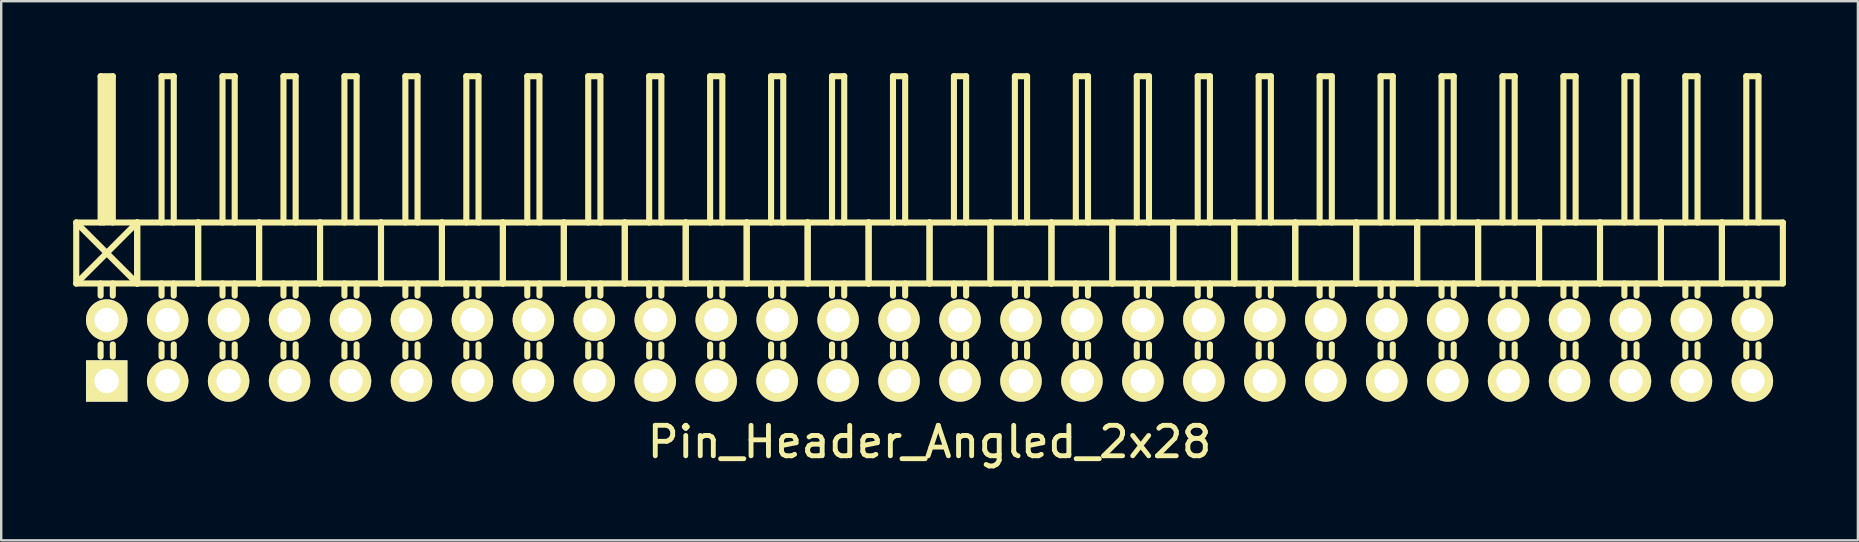
<source format=kicad_pcb>
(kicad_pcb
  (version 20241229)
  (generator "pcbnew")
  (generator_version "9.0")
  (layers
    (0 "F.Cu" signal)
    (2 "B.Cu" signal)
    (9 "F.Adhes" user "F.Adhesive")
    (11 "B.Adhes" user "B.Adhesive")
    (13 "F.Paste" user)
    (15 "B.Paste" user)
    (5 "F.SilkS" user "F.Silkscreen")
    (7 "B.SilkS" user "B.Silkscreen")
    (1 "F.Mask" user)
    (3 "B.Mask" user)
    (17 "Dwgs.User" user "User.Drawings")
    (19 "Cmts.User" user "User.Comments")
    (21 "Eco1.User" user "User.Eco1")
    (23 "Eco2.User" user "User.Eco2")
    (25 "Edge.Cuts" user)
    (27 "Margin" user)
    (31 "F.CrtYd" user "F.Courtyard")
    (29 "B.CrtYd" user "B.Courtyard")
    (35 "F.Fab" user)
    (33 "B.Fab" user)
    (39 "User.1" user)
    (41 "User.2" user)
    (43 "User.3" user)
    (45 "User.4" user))
  (footprint "Pin_Header_Angled_2x28"
    (layer "F.Cu")
    (at 35.687 11.557)
    (property "Reference" "Pin_Header_Angled_2x28" (at 0 3.81 0) (layer "F.SilkS") (effects (font (size 1.27 1.27) (thickness 0.203))))
    (attr through_hole)
    (fp_line (start -35.56 -5.334) (end -33.02 -2.794) (stroke (width 0.254) (type solid)) (layer "F.SilkS"))
    (fp_line (start -35.56 -2.794) (end -35.56 -5.334) (stroke (width 0.254) (type solid)) (layer "F.SilkS"))
    (fp_line (start -35.56 -2.794) (end -33.02 -5.334) (stroke (width 0.254) (type solid)) (layer "F.SilkS"))
    (fp_line (start -35.56 -2.794) (end -33.02 -2.794) (stroke (width 0.254) (type solid)) (layer "F.SilkS"))
    (fp_line (start -34.544 -11.43) (end -34.036 -11.43) (stroke (width 0.254) (type solid)) (layer "F.SilkS"))
    (fp_line (start -34.544 -5.334) (end -34.544 -11.43) (stroke (width 0.254) (type solid)) (layer "F.SilkS"))
    (fp_line (start -34.544 -2.794) (end -34.544 -2.286) (stroke (width 0.254) (type solid)) (layer "F.SilkS"))
    (fp_line (start -34.544 -0.254) (end -34.544 0.254) (stroke (width 0.254) (type solid)) (layer "F.SilkS"))
    (fp_line (start -34.417 -11.303) (end -34.163 -11.303) (stroke (width 0.254) (type solid)) (layer "F.SilkS"))
    (fp_line (start -34.417 -5.334) (end -34.417 -11.303) (stroke (width 0.254) (type solid)) (layer "F.SilkS"))
    (fp_line (start -34.29 -5.461) (end -34.29 -11.303) (stroke (width 0.254) (type solid)) (layer "F.SilkS"))
    (fp_line (start -34.163 -11.303) (end -34.163 -5.461) (stroke (width 0.254) (type solid)) (layer "F.SilkS"))
    (fp_line (start -34.163 -5.461) (end -34.29 -5.461) (stroke (width 0.254) (type solid)) (layer "F.SilkS"))
    (fp_line (start -34.036 -11.43) (end -34.036 -5.334) (stroke (width 0.254) (type solid)) (layer "F.SilkS"))
    (fp_line (start -34.036 -2.794) (end -34.036 -2.286) (stroke (width 0.254) (type solid)) (layer "F.SilkS"))
    (fp_line (start -34.036 -0.254) (end -34.036 0.254) (stroke (width 0.254) (type solid)) (layer "F.SilkS"))
    (fp_line (start -33.02 -5.334) (end -35.56 -5.334) (stroke (width 0.254) (type solid)) (layer "F.SilkS"))
    (fp_line (start -33.02 -2.794) (end -33.02 -5.334) (stroke (width 0.254) (type solid)) (layer "F.SilkS"))
    (fp_line (start -33.02 -2.794) (end -33.02 -5.334) (stroke (width 0.254) (type solid)) (layer "F.SilkS"))
    (fp_line (start -33.02 -2.794) (end -30.48 -2.794) (stroke (width 0.254) (type solid)) (layer "F.SilkS"))
    (fp_line (start -32.004 -11.43) (end -31.496 -11.43) (stroke (width 0.254) (type solid)) (layer "F.SilkS"))
    (fp_line (start -32.004 -5.334) (end -32.004 -11.43) (stroke (width 0.254) (type solid)) (layer "F.SilkS"))
    (fp_line (start -32.004 -2.794) (end -32.004 -2.286) (stroke (width 0.254) (type solid)) (layer "F.SilkS"))
    (fp_line (start -32.004 -0.254) (end -32.004 0.254) (stroke (width 0.254) (type solid)) (layer "F.SilkS"))
    (fp_line (start -31.496 -11.43) (end -31.496 -5.334) (stroke (width 0.254) (type solid)) (layer "F.SilkS"))
    (fp_line (start -31.496 -2.794) (end -31.496 -2.286) (stroke (width 0.254) (type solid)) (layer "F.SilkS"))
    (fp_line (start -31.496 -0.254) (end -31.496 0.254) (stroke (width 0.254) (type solid)) (layer "F.SilkS"))
    (fp_line (start -30.48 -5.334) (end -33.02 -5.334) (stroke (width 0.254) (type solid)) (layer "F.SilkS"))
    (fp_line (start -30.48 -2.794) (end -30.48 -5.334) (stroke (width 0.254) (type solid)) (layer "F.SilkS"))
    (fp_line (start -30.48 -2.794) (end -30.48 -5.334) (stroke (width 0.254) (type solid)) (layer "F.SilkS"))
    (fp_line (start -30.48 -2.794) (end -27.94 -2.794) (stroke (width 0.254) (type solid)) (layer "F.SilkS"))
    (fp_line (start -29.464 -11.43) (end -28.956 -11.43) (stroke (width 0.254) (type solid)) (layer "F.SilkS"))
    (fp_line (start -29.464 -5.334) (end -29.464 -11.43) (stroke (width 0.254) (type solid)) (layer "F.SilkS"))
    (fp_line (start -29.464 -2.794) (end -29.464 -2.286) (stroke (width 0.254) (type solid)) (layer "F.SilkS"))
    (fp_line (start -29.464 -0.254) (end -29.464 0.254) (stroke (width 0.254) (type solid)) (layer "F.SilkS"))
    (fp_line (start -28.956 -11.43) (end -28.956 -5.334) (stroke (width 0.254) (type solid)) (layer "F.SilkS"))
    (fp_line (start -28.956 -2.794) (end -28.956 -2.286) (stroke (width 0.254) (type solid)) (layer "F.SilkS"))
    (fp_line (start -28.956 -0.254) (end -28.956 0.254) (stroke (width 0.254) (type solid)) (layer "F.SilkS"))
    (fp_line (start -27.94 -5.334) (end -30.48 -5.334) (stroke (width 0.254) (type solid)) (layer "F.SilkS"))
    (fp_line (start -27.94 -2.794) (end -27.94 -5.334) (stroke (width 0.254) (type solid)) (layer "F.SilkS"))
    (fp_line (start -27.94 -2.794) (end -27.94 -5.334) (stroke (width 0.254) (type solid)) (layer "F.SilkS"))
    (fp_line (start -27.94 -2.794) (end -25.4 -2.794) (stroke (width 0.254) (type solid)) (layer "F.SilkS"))
    (fp_line (start -26.924 -11.43) (end -26.416 -11.43) (stroke (width 0.254) (type solid)) (layer "F.SilkS"))
    (fp_line (start -26.924 -5.334) (end -26.924 -11.43) (stroke (width 0.254) (type solid)) (layer "F.SilkS"))
    (fp_line (start -26.924 -2.794) (end -26.924 -2.286) (stroke (width 0.254) (type solid)) (layer "F.SilkS"))
    (fp_line (start -26.924 -0.254) (end -26.924 0.254) (stroke (width 0.254) (type solid)) (layer "F.SilkS"))
    (fp_line (start -26.416 -11.43) (end -26.416 -5.334) (stroke (width 0.254) (type solid)) (layer "F.SilkS"))
    (fp_line (start -26.416 -2.794) (end -26.416 -2.286) (stroke (width 0.254) (type solid)) (layer "F.SilkS"))
    (fp_line (start -26.416 -0.254) (end -26.416 0.254) (stroke (width 0.254) (type solid)) (layer "F.SilkS"))
    (fp_line (start -25.4 -5.334) (end -27.94 -5.334) (stroke (width 0.254) (type solid)) (layer "F.SilkS"))
    (fp_line (start -25.4 -2.794) (end -25.4 -5.334) (stroke (width 0.254) (type solid)) (layer "F.SilkS"))
    (fp_line (start -25.4 -2.794) (end -25.4 -5.334) (stroke (width 0.254) (type solid)) (layer "F.SilkS"))
    (fp_line (start -25.4 -2.794) (end -22.86 -2.794) (stroke (width 0.254) (type solid)) (layer "F.SilkS"))
    (fp_line (start -24.384 -11.43) (end -23.876 -11.43) (stroke (width 0.254) (type solid)) (layer "F.SilkS"))
    (fp_line (start -24.384 -5.334) (end -24.384 -11.43) (stroke (width 0.254) (type solid)) (layer "F.SilkS"))
    (fp_line (start -24.384 -2.794) (end -24.384 -2.286) (stroke (width 0.254) (type solid)) (layer "F.SilkS"))
    (fp_line (start -24.384 -0.254) (end -24.384 0.254) (stroke (width 0.254) (type solid)) (layer "F.SilkS"))
    (fp_line (start -23.876 -11.43) (end -23.876 -5.334) (stroke (width 0.254) (type solid)) (layer "F.SilkS"))
    (fp_line (start -23.876 -2.794) (end -23.876 -2.286) (stroke (width 0.254) (type solid)) (layer "F.SilkS"))
    (fp_line (start -23.876 -0.254) (end -23.876 0.254) (stroke (width 0.254) (type solid)) (layer "F.SilkS"))
    (fp_line (start -22.86 -5.334) (end -25.4 -5.334) (stroke (width 0.254) (type solid)) (layer "F.SilkS"))
    (fp_line (start -22.86 -2.794) (end -22.86 -5.334) (stroke (width 0.254) (type solid)) (layer "F.SilkS"))
    (fp_line (start -22.86 -2.794) (end -22.86 -5.334) (stroke (width 0.254) (type solid)) (layer "F.SilkS"))
    (fp_line (start -22.86 -2.794) (end -20.32 -2.794) (stroke (width 0.254) (type solid)) (layer "F.SilkS"))
    (fp_line (start -21.844 -11.43) (end -21.336 -11.43) (stroke (width 0.254) (type solid)) (layer "F.SilkS"))
    (fp_line (start -21.844 -5.334) (end -21.844 -11.43) (stroke (width 0.254) (type solid)) (layer "F.SilkS"))
    (fp_line (start -21.844 -2.794) (end -21.844 -2.286) (stroke (width 0.254) (type solid)) (layer "F.SilkS"))
    (fp_line (start -21.844 -0.254) (end -21.844 0.254) (stroke (width 0.254) (type solid)) (layer "F.SilkS"))
    (fp_line (start -21.336 -11.43) (end -21.336 -5.334) (stroke (width 0.254) (type solid)) (layer "F.SilkS"))
    (fp_line (start -21.336 -2.794) (end -21.336 -2.286) (stroke (width 0.254) (type solid)) (layer "F.SilkS"))
    (fp_line (start -21.336 -0.254) (end -21.336 0.254) (stroke (width 0.254) (type solid)) (layer "F.SilkS"))
    (fp_line (start -20.32 -5.334) (end -22.86 -5.334) (stroke (width 0.254) (type solid)) (layer "F.SilkS"))
    (fp_line (start -20.32 -2.794) (end -20.32 -5.334) (stroke (width 0.254) (type solid)) (layer "F.SilkS"))
    (fp_line (start -20.32 -2.794) (end -20.32 -5.334) (stroke (width 0.254) (type solid)) (layer "F.SilkS"))
    (fp_line (start -20.32 -2.794) (end -17.78 -2.794) (stroke (width 0.254) (type solid)) (layer "F.SilkS"))
    (fp_line (start -19.304 -11.43) (end -18.796 -11.43) (stroke (width 0.254) (type solid)) (layer "F.SilkS"))
    (fp_line (start -19.304 -5.334) (end -19.304 -11.43) (stroke (width 0.254) (type solid)) (layer "F.SilkS"))
    (fp_line (start -19.304 -2.794) (end -19.304 -2.286) (stroke (width 0.254) (type solid)) (layer "F.SilkS"))
    (fp_line (start -19.304 -0.254) (end -19.304 0.254) (stroke (width 0.254) (type solid)) (layer "F.SilkS"))
    (fp_line (start -18.796 -11.43) (end -18.796 -5.334) (stroke (width 0.254) (type solid)) (layer "F.SilkS"))
    (fp_line (start -18.796 -2.794) (end -18.796 -2.286) (stroke (width 0.254) (type solid)) (layer "F.SilkS"))
    (fp_line (start -18.796 -0.254) (end -18.796 0.254) (stroke (width 0.254) (type solid)) (layer "F.SilkS"))
    (fp_line (start -17.78 -5.334) (end -20.32 -5.334) (stroke (width 0.254) (type solid)) (layer "F.SilkS"))
    (fp_line (start -17.78 -2.794) (end -17.78 -5.334) (stroke (width 0.254) (type solid)) (layer "F.SilkS"))
    (fp_line (start -17.78 -2.794) (end -17.78 -5.334) (stroke (width 0.254) (type solid)) (layer "F.SilkS"))
    (fp_line (start -17.78 -2.794) (end -15.24 -2.794) (stroke (width 0.254) (type solid)) (layer "F.SilkS"))
    (fp_line (start -16.764 -11.43) (end -16.256 -11.43) (stroke (width 0.254) (type solid)) (layer "F.SilkS"))
    (fp_line (start -16.764 -5.334) (end -16.764 -11.43) (stroke (width 0.254) (type solid)) (layer "F.SilkS"))
    (fp_line (start -16.764 -2.794) (end -16.764 -2.286) (stroke (width 0.254) (type solid)) (layer "F.SilkS"))
    (fp_line (start -16.764 -0.254) (end -16.764 0.254) (stroke (width 0.254) (type solid)) (layer "F.SilkS"))
    (fp_line (start -16.256 -11.43) (end -16.256 -5.334) (stroke (width 0.254) (type solid)) (layer "F.SilkS"))
    (fp_line (start -16.256 -2.794) (end -16.256 -2.286) (stroke (width 0.254) (type solid)) (layer "F.SilkS"))
    (fp_line (start -16.256 -0.254) (end -16.256 0.254) (stroke (width 0.254) (type solid)) (layer "F.SilkS"))
    (fp_line (start -15.24 -5.334) (end -17.78 -5.334) (stroke (width 0.254) (type solid)) (layer "F.SilkS"))
    (fp_line (start -15.24 -2.794) (end -15.24 -5.334) (stroke (width 0.254) (type solid)) (layer "F.SilkS"))
    (fp_line (start -15.24 -2.794) (end -15.24 -5.334) (stroke (width 0.254) (type solid)) (layer "F.SilkS"))
    (fp_line (start -15.24 -2.794) (end -12.7 -2.794) (stroke (width 0.254) (type solid)) (layer "F.SilkS"))
    (fp_line (start -14.224 -11.43) (end -13.716 -11.43) (stroke (width 0.254) (type solid)) (layer "F.SilkS"))
    (fp_line (start -14.224 -5.334) (end -14.224 -11.43) (stroke (width 0.254) (type solid)) (layer "F.SilkS"))
    (fp_line (start -14.224 -2.794) (end -14.224 -2.286) (stroke (width 0.254) (type solid)) (layer "F.SilkS"))
    (fp_line (start -14.224 -0.254) (end -14.224 0.254) (stroke (width 0.254) (type solid)) (layer "F.SilkS"))
    (fp_line (start -13.716 -11.43) (end -13.716 -5.334) (stroke (width 0.254) (type solid)) (layer "F.SilkS"))
    (fp_line (start -13.716 -2.794) (end -13.716 -2.286) (stroke (width 0.254) (type solid)) (layer "F.SilkS"))
    (fp_line (start -13.716 -0.254) (end -13.716 0.254) (stroke (width 0.254) (type solid)) (layer "F.SilkS"))
    (fp_line (start -12.7 -5.334) (end -15.24 -5.334) (stroke (width 0.254) (type solid)) (layer "F.SilkS"))
    (fp_line (start -12.7 -2.794) (end -12.7 -5.334) (stroke (width 0.254) (type solid)) (layer "F.SilkS"))
    (fp_line (start -12.7 -2.794) (end -12.7 -5.334) (stroke (width 0.254) (type solid)) (layer "F.SilkS"))
    (fp_line (start -12.7 -2.794) (end -10.16 -2.794) (stroke (width 0.254) (type solid)) (layer "F.SilkS"))
    (fp_line (start -11.684 -11.43) (end -11.176 -11.43) (stroke (width 0.254) (type solid)) (layer "F.SilkS"))
    (fp_line (start -11.684 -5.334) (end -11.684 -11.43) (stroke (width 0.254) (type solid)) (layer "F.SilkS"))
    (fp_line (start -11.684 -2.794) (end -11.684 -2.286) (stroke (width 0.254) (type solid)) (layer "F.SilkS"))
    (fp_line (start -11.684 -0.254) (end -11.684 0.254) (stroke (width 0.254) (type solid)) (layer "F.SilkS"))
    (fp_line (start -11.176 -11.43) (end -11.176 -5.334) (stroke (width 0.254) (type solid)) (layer "F.SilkS"))
    (fp_line (start -11.176 -2.794) (end -11.176 -2.286) (stroke (width 0.254) (type solid)) (layer "F.SilkS"))
    (fp_line (start -11.176 -0.254) (end -11.176 0.254) (stroke (width 0.254) (type solid)) (layer "F.SilkS"))
    (fp_line (start -10.16 -5.334) (end -12.7 -5.334) (stroke (width 0.254) (type solid)) (layer "F.SilkS"))
    (fp_line (start -10.16 -2.794) (end -10.16 -5.334) (stroke (width 0.254) (type solid)) (layer "F.SilkS"))
    (fp_line (start -10.16 -2.794) (end -10.16 -5.334) (stroke (width 0.254) (type solid)) (layer "F.SilkS"))
    (fp_line (start -10.16 -2.794) (end -7.62 -2.794) (stroke (width 0.254) (type solid)) (layer "F.SilkS"))
    (fp_line (start -9.144 -11.43) (end -8.636 -11.43) (stroke (width 0.254) (type solid)) (layer "F.SilkS"))
    (fp_line (start -9.144 -5.334) (end -9.144 -11.43) (stroke (width 0.254) (type solid)) (layer "F.SilkS"))
    (fp_line (start -9.144 -2.794) (end -9.144 -2.286) (stroke (width 0.254) (type solid)) (layer "F.SilkS"))
    (fp_line (start -9.144 -0.254) (end -9.144 0.254) (stroke (width 0.254) (type solid)) (layer "F.SilkS"))
    (fp_line (start -8.636 -11.43) (end -8.636 -5.334) (stroke (width 0.254) (type solid)) (layer "F.SilkS"))
    (fp_line (start -8.636 -2.794) (end -8.636 -2.286) (stroke (width 0.254) (type solid)) (layer "F.SilkS"))
    (fp_line (start -8.636 -0.254) (end -8.636 0.254) (stroke (width 0.254) (type solid)) (layer "F.SilkS"))
    (fp_line (start -7.62 -5.334) (end -10.16 -5.334) (stroke (width 0.254) (type solid)) (layer "F.SilkS"))
    (fp_line (start -7.62 -2.794) (end -7.62 -5.334) (stroke (width 0.254) (type solid)) (layer "F.SilkS"))
    (fp_line (start -7.62 -2.794) (end -7.62 -5.334) (stroke (width 0.254) (type solid)) (layer "F.SilkS"))
    (fp_line (start -7.62 -2.794) (end -5.08 -2.794) (stroke (width 0.254) (type solid)) (layer "F.SilkS"))
    (fp_line (start -6.604 -11.43) (end -6.096 -11.43) (stroke (width 0.254) (type solid)) (layer "F.SilkS"))
    (fp_line (start -6.604 -5.334) (end -6.604 -11.43) (stroke (width 0.254) (type solid)) (layer "F.SilkS"))
    (fp_line (start -6.604 -2.794) (end -6.604 -2.286) (stroke (width 0.254) (type solid)) (layer "F.SilkS"))
    (fp_line (start -6.604 -0.254) (end -6.604 0.254) (stroke (width 0.254) (type solid)) (layer "F.SilkS"))
    (fp_line (start -6.096 -11.43) (end -6.096 -5.334) (stroke (width 0.254) (type solid)) (layer "F.SilkS"))
    (fp_line (start -6.096 -2.794) (end -6.096 -2.286) (stroke (width 0.254) (type solid)) (layer "F.SilkS"))
    (fp_line (start -6.096 -0.254) (end -6.096 0.254) (stroke (width 0.254) (type solid)) (layer "F.SilkS"))
    (fp_line (start -5.08 -5.334) (end -7.62 -5.334) (stroke (width 0.254) (type solid)) (layer "F.SilkS"))
    (fp_line (start -5.08 -2.794) (end -5.08 -5.334) (stroke (width 0.254) (type solid)) (layer "F.SilkS"))
    (fp_line (start -5.08 -2.794) (end -5.08 -5.334) (stroke (width 0.254) (type solid)) (layer "F.SilkS"))
    (fp_line (start -5.08 -2.794) (end -2.54 -2.794) (stroke (width 0.254) (type solid)) (layer "F.SilkS"))
    (fp_line (start -4.064 -11.43) (end -3.556 -11.43) (stroke (width 0.254) (type solid)) (layer "F.SilkS"))
    (fp_line (start -4.064 -5.334) (end -4.064 -11.43) (stroke (width 0.254) (type solid)) (layer "F.SilkS"))
    (fp_line (start -4.064 -2.794) (end -4.064 -2.286) (stroke (width 0.254) (type solid)) (layer "F.SilkS"))
    (fp_line (start -4.064 -0.254) (end -4.064 0.254) (stroke (width 0.254) (type solid)) (layer "F.SilkS"))
    (fp_line (start -3.556 -11.43) (end -3.556 -5.334) (stroke (width 0.254) (type solid)) (layer "F.SilkS"))
    (fp_line (start -3.556 -2.794) (end -3.556 -2.286) (stroke (width 0.254) (type solid)) (layer "F.SilkS"))
    (fp_line (start -3.556 -0.254) (end -3.556 0.254) (stroke (width 0.254) (type solid)) (layer "F.SilkS"))
    (fp_line (start -2.54 -5.334) (end -5.08 -5.334) (stroke (width 0.254) (type solid)) (layer "F.SilkS"))
    (fp_line (start -2.54 -2.794) (end -2.54 -5.334) (stroke (width 0.254) (type solid)) (layer "F.SilkS"))
    (fp_line (start -2.54 -2.794) (end -2.54 -5.334) (stroke (width 0.254) (type solid)) (layer "F.SilkS"))
    (fp_line (start -2.54 -2.794) (end 0 -2.794) (stroke (width 0.254) (type solid)) (layer "F.SilkS"))
    (fp_line (start -1.524 -11.43) (end -1.016 -11.43) (stroke (width 0.254) (type solid)) (layer "F.SilkS"))
    (fp_line (start -1.524 -5.334) (end -1.524 -11.43) (stroke (width 0.254) (type solid)) (layer "F.SilkS"))
    (fp_line (start -1.524 -2.794) (end -1.524 -2.286) (stroke (width 0.254) (type solid)) (layer "F.SilkS"))
    (fp_line (start -1.524 -0.254) (end -1.524 0.254) (stroke (width 0.254) (type solid)) (layer "F.SilkS"))
    (fp_line (start -1.016 -11.43) (end -1.016 -5.334) (stroke (width 0.254) (type solid)) (layer "F.SilkS"))
    (fp_line (start -1.016 -2.794) (end -1.016 -2.286) (stroke (width 0.254) (type solid)) (layer "F.SilkS"))
    (fp_line (start -1.016 -0.254) (end -1.016 0.254) (stroke (width 0.254) (type solid)) (layer "F.SilkS"))
    (fp_line (start 0 -5.334) (end -2.54 -5.334) (stroke (width 0.254) (type solid)) (layer "F.SilkS"))
    (fp_line (start 0 -2.794) (end 0 -5.334) (stroke (width 0.254) (type solid)) (layer "F.SilkS"))
    (fp_line (start 0 -2.794) (end 0 -5.334) (stroke (width 0.254) (type solid)) (layer "F.SilkS"))
    (fp_line (start 0 -2.794) (end 2.54 -2.794) (stroke (width 0.254) (type solid)) (layer "F.SilkS"))
    (fp_line (start 1.016 -11.43) (end 1.524 -11.43) (stroke (width 0.254) (type solid)) (layer "F.SilkS"))
    (fp_line (start 1.016 -5.334) (end 1.016 -11.43) (stroke (width 0.254) (type solid)) (layer "F.SilkS"))
    (fp_line (start 1.016 -2.794) (end 1.016 -2.286) (stroke (width 0.254) (type solid)) (layer "F.SilkS"))
    (fp_line (start 1.016 -0.254) (end 1.016 0.254) (stroke (width 0.254) (type solid)) (layer "F.SilkS"))
    (fp_line (start 1.524 -11.43) (end 1.524 -5.334) (stroke (width 0.254) (type solid)) (layer "F.SilkS"))
    (fp_line (start 1.524 -2.794) (end 1.524 -2.286) (stroke (width 0.254) (type solid)) (layer "F.SilkS"))
    (fp_line (start 1.524 -0.254) (end 1.524 0.254) (stroke (width 0.254) (type solid)) (layer "F.SilkS"))
    (fp_line (start 2.54 -5.334) (end 0 -5.334) (stroke (width 0.254) (type solid)) (layer "F.SilkS"))
    (fp_line (start 2.54 -2.794) (end 2.54 -5.334) (stroke (width 0.254) (type solid)) (layer "F.SilkS"))
    (fp_line (start 2.54 -2.794) (end 2.54 -5.334) (stroke (width 0.254) (type solid)) (layer "F.SilkS"))
    (fp_line (start 2.54 -2.794) (end 5.08 -2.794) (stroke (width 0.254) (type solid)) (layer "F.SilkS"))
    (fp_line (start 3.556 -11.43) (end 4.064 -11.43) (stroke (width 0.254) (type solid)) (layer "F.SilkS"))
    (fp_line (start 3.556 -5.334) (end 3.556 -11.43) (stroke (width 0.254) (type solid)) (layer "F.SilkS"))
    (fp_line (start 3.556 -2.794) (end 3.556 -2.286) (stroke (width 0.254) (type solid)) (layer "F.SilkS"))
    (fp_line (start 3.556 -0.254) (end 3.556 0.254) (stroke (width 0.254) (type solid)) (layer "F.SilkS"))
    (fp_line (start 4.064 -11.43) (end 4.064 -5.334) (stroke (width 0.254) (type solid)) (layer "F.SilkS"))
    (fp_line (start 4.064 -2.794) (end 4.064 -2.286) (stroke (width 0.254) (type solid)) (layer "F.SilkS"))
    (fp_line (start 4.064 -0.254) (end 4.064 0.254) (stroke (width 0.254) (type solid)) (layer "F.SilkS"))
    (fp_line (start 5.08 -5.334) (end 2.54 -5.334) (stroke (width 0.254) (type solid)) (layer "F.SilkS"))
    (fp_line (start 5.08 -2.794) (end 5.08 -5.334) (stroke (width 0.254) (type solid)) (layer "F.SilkS"))
    (fp_line (start 5.08 -2.794) (end 5.08 -5.334) (stroke (width 0.254) (type solid)) (layer "F.SilkS"))
    (fp_line (start 5.08 -2.794) (end 7.62 -2.794) (stroke (width 0.254) (type solid)) (layer "F.SilkS"))
    (fp_line (start 6.096 -11.43) (end 6.604 -11.43) (stroke (width 0.254) (type solid)) (layer "F.SilkS"))
    (fp_line (start 6.096 -5.334) (end 6.096 -11.43) (stroke (width 0.254) (type solid)) (layer "F.SilkS"))
    (fp_line (start 6.096 -2.794) (end 6.096 -2.286) (stroke (width 0.254) (type solid)) (layer "F.SilkS"))
    (fp_line (start 6.096 -0.254) (end 6.096 0.254) (stroke (width 0.254) (type solid)) (layer "F.SilkS"))
    (fp_line (start 6.604 -11.43) (end 6.604 -5.334) (stroke (width 0.254) (type solid)) (layer "F.SilkS"))
    (fp_line (start 6.604 -2.794) (end 6.604 -2.286) (stroke (width 0.254) (type solid)) (layer "F.SilkS"))
    (fp_line (start 6.604 -0.254) (end 6.604 0.254) (stroke (width 0.254) (type solid)) (layer "F.SilkS"))
    (fp_line (start 7.62 -5.334) (end 5.08 -5.334) (stroke (width 0.254) (type solid)) (layer "F.SilkS"))
    (fp_line (start 7.62 -2.794) (end 7.62 -5.334) (stroke (width 0.254) (type solid)) (layer "F.SilkS"))
    (fp_line (start 7.62 -2.794) (end 7.62 -5.334) (stroke (width 0.254) (type solid)) (layer "F.SilkS"))
    (fp_line (start 7.62 -2.794) (end 10.16 -2.794) (stroke (width 0.254) (type solid)) (layer "F.SilkS"))
    (fp_line (start 8.636 -11.43) (end 9.144 -11.43) (stroke (width 0.254) (type solid)) (layer "F.SilkS"))
    (fp_line (start 8.636 -5.334) (end 8.636 -11.43) (stroke (width 0.254) (type solid)) (layer "F.SilkS"))
    (fp_line (start 8.636 -2.794) (end 8.636 -2.286) (stroke (width 0.254) (type solid)) (layer "F.SilkS"))
    (fp_line (start 8.636 -0.254) (end 8.636 0.254) (stroke (width 0.254) (type solid)) (layer "F.SilkS"))
    (fp_line (start 9.144 -11.43) (end 9.144 -5.334) (stroke (width 0.254) (type solid)) (layer "F.SilkS"))
    (fp_line (start 9.144 -2.794) (end 9.144 -2.286) (stroke (width 0.254) (type solid)) (layer "F.SilkS"))
    (fp_line (start 9.144 -0.254) (end 9.144 0.254) (stroke (width 0.254) (type solid)) (layer "F.SilkS"))
    (fp_line (start 10.16 -5.334) (end 7.62 -5.334) (stroke (width 0.254) (type solid)) (layer "F.SilkS"))
    (fp_line (start 10.16 -2.794) (end 10.16 -5.334) (stroke (width 0.254) (type solid)) (layer "F.SilkS"))
    (fp_line (start 10.16 -2.794) (end 10.16 -5.334) (stroke (width 0.254) (type solid)) (layer "F.SilkS"))
    (fp_line (start 10.16 -2.794) (end 12.7 -2.794) (stroke (width 0.254) (type solid)) (layer "F.SilkS"))
    (fp_line (start 11.176 -11.43) (end 11.684 -11.43) (stroke (width 0.254) (type solid)) (layer "F.SilkS"))
    (fp_line (start 11.176 -5.334) (end 11.176 -11.43) (stroke (width 0.254) (type solid)) (layer "F.SilkS"))
    (fp_line (start 11.176 -2.794) (end 11.176 -2.286) (stroke (width 0.254) (type solid)) (layer "F.SilkS"))
    (fp_line (start 11.176 -0.254) (end 11.176 0.254) (stroke (width 0.254) (type solid)) (layer "F.SilkS"))
    (fp_line (start 11.684 -11.43) (end 11.684 -5.334) (stroke (width 0.254) (type solid)) (layer "F.SilkS"))
    (fp_line (start 11.684 -2.794) (end 11.684 -2.286) (stroke (width 0.254) (type solid)) (layer "F.SilkS"))
    (fp_line (start 11.684 -0.254) (end 11.684 0.254) (stroke (width 0.254) (type solid)) (layer "F.SilkS"))
    (fp_line (start 12.7 -5.334) (end 10.16 -5.334) (stroke (width 0.254) (type solid)) (layer "F.SilkS"))
    (fp_line (start 12.7 -2.794) (end 12.7 -5.334) (stroke (width 0.254) (type solid)) (layer "F.SilkS"))
    (fp_line (start 12.7 -2.794) (end 12.7 -5.334) (stroke (width 0.254) (type solid)) (layer "F.SilkS"))
    (fp_line (start 12.7 -2.794) (end 15.24 -2.794) (stroke (width 0.254) (type solid)) (layer "F.SilkS"))
    (fp_line (start 13.716 -11.43) (end 14.224 -11.43) (stroke (width 0.254) (type solid)) (layer "F.SilkS"))
    (fp_line (start 13.716 -5.334) (end 13.716 -11.43) (stroke (width 0.254) (type solid)) (layer "F.SilkS"))
    (fp_line (start 13.716 -2.794) (end 13.716 -2.286) (stroke (width 0.254) (type solid)) (layer "F.SilkS"))
    (fp_line (start 13.716 -0.254) (end 13.716 0.254) (stroke (width 0.254) (type solid)) (layer "F.SilkS"))
    (fp_line (start 14.224 -11.43) (end 14.224 -5.334) (stroke (width 0.254) (type solid)) (layer "F.SilkS"))
    (fp_line (start 14.224 -2.794) (end 14.224 -2.286) (stroke (width 0.254) (type solid)) (layer "F.SilkS"))
    (fp_line (start 14.224 -0.254) (end 14.224 0.254) (stroke (width 0.254) (type solid)) (layer "F.SilkS"))
    (fp_line (start 15.24 -5.334) (end 12.7 -5.334) (stroke (width 0.254) (type solid)) (layer "F.SilkS"))
    (fp_line (start 15.24 -2.794) (end 15.24 -5.334) (stroke (width 0.254) (type solid)) (layer "F.SilkS"))
    (fp_line (start 15.24 -2.794) (end 15.24 -5.334) (stroke (width 0.254) (type solid)) (layer "F.SilkS"))
    (fp_line (start 15.24 -2.794) (end 17.78 -2.794) (stroke (width 0.254) (type solid)) (layer "F.SilkS"))
    (fp_line (start 16.256 -11.43) (end 16.764 -11.43) (stroke (width 0.254) (type solid)) (layer "F.SilkS"))
    (fp_line (start 16.256 -5.334) (end 16.256 -11.43) (stroke (width 0.254) (type solid)) (layer "F.SilkS"))
    (fp_line (start 16.256 -2.794) (end 16.256 -2.286) (stroke (width 0.254) (type solid)) (layer "F.SilkS"))
    (fp_line (start 16.256 -0.254) (end 16.256 0.254) (stroke (width 0.254) (type solid)) (layer "F.SilkS"))
    (fp_line (start 16.764 -11.43) (end 16.764 -5.334) (stroke (width 0.254) (type solid)) (layer "F.SilkS"))
    (fp_line (start 16.764 -2.794) (end 16.764 -2.286) (stroke (width 0.254) (type solid)) (layer "F.SilkS"))
    (fp_line (start 16.764 -0.254) (end 16.764 0.254) (stroke (width 0.254) (type solid)) (layer "F.SilkS"))
    (fp_line (start 17.78 -5.334) (end 15.24 -5.334) (stroke (width 0.254) (type solid)) (layer "F.SilkS"))
    (fp_line (start 17.78 -2.794) (end 17.78 -5.334) (stroke (width 0.254) (type solid)) (layer "F.SilkS"))
    (fp_line (start 17.78 -2.794) (end 17.78 -5.334) (stroke (width 0.254) (type solid)) (layer "F.SilkS"))
    (fp_line (start 17.78 -2.794) (end 20.32 -2.794) (stroke (width 0.254) (type solid)) (layer "F.SilkS"))
    (fp_line (start 18.796 -11.43) (end 19.304 -11.43) (stroke (width 0.254) (type solid)) (layer "F.SilkS"))
    (fp_line (start 18.796 -5.334) (end 18.796 -11.43) (stroke (width 0.254) (type solid)) (layer "F.SilkS"))
    (fp_line (start 18.796 -2.794) (end 18.796 -2.286) (stroke (width 0.254) (type solid)) (layer "F.SilkS"))
    (fp_line (start 18.796 -0.254) (end 18.796 0.254) (stroke (width 0.254) (type solid)) (layer "F.SilkS"))
    (fp_line (start 19.304 -11.43) (end 19.304 -5.334) (stroke (width 0.254) (type solid)) (layer "F.SilkS"))
    (fp_line (start 19.304 -2.794) (end 19.304 -2.286) (stroke (width 0.254) (type solid)) (layer "F.SilkS"))
    (fp_line (start 19.304 -0.254) (end 19.304 0.254) (stroke (width 0.254) (type solid)) (layer "F.SilkS"))
    (fp_line (start 20.32 -5.334) (end 17.78 -5.334) (stroke (width 0.254) (type solid)) (layer "F.SilkS"))
    (fp_line (start 20.32 -2.794) (end 20.32 -5.334) (stroke (width 0.254) (type solid)) (layer "F.SilkS"))
    (fp_line (start 20.32 -2.794) (end 20.32 -5.334) (stroke (width 0.254) (type solid)) (layer "F.SilkS"))
    (fp_line (start 20.32 -2.794) (end 22.86 -2.794) (stroke (width 0.254) (type solid)) (layer "F.SilkS"))
    (fp_line (start 21.336 -11.43) (end 21.844 -11.43) (stroke (width 0.254) (type solid)) (layer "F.SilkS"))
    (fp_line (start 21.336 -5.334) (end 21.336 -11.43) (stroke (width 0.254) (type solid)) (layer "F.SilkS"))
    (fp_line (start 21.336 -2.794) (end 21.336 -2.286) (stroke (width 0.254) (type solid)) (layer "F.SilkS"))
    (fp_line (start 21.336 -0.254) (end 21.336 0.254) (stroke (width 0.254) (type solid)) (layer "F.SilkS"))
    (fp_line (start 21.844 -11.43) (end 21.844 -5.334) (stroke (width 0.254) (type solid)) (layer "F.SilkS"))
    (fp_line (start 21.844 -2.794) (end 21.844 -2.286) (stroke (width 0.254) (type solid)) (layer "F.SilkS"))
    (fp_line (start 21.844 -0.254) (end 21.844 0.254) (stroke (width 0.254) (type solid)) (layer "F.SilkS"))
    (fp_line (start 22.86 -5.334) (end 20.32 -5.334) (stroke (width 0.254) (type solid)) (layer "F.SilkS"))
    (fp_line (start 22.86 -2.794) (end 22.86 -5.334) (stroke (width 0.254) (type solid)) (layer "F.SilkS"))
    (fp_line (start 22.86 -2.794) (end 22.86 -5.334) (stroke (width 0.254) (type solid)) (layer "F.SilkS"))
    (fp_line (start 22.86 -2.794) (end 25.4 -2.794) (stroke (width 0.254) (type solid)) (layer "F.SilkS"))
    (fp_line (start 23.876 -11.43) (end 24.384 -11.43) (stroke (width 0.254) (type solid)) (layer "F.SilkS"))
    (fp_line (start 23.876 -5.334) (end 23.876 -11.43) (stroke (width 0.254) (type solid)) (layer "F.SilkS"))
    (fp_line (start 23.876 -2.794) (end 23.876 -2.286) (stroke (width 0.254) (type solid)) (layer "F.SilkS"))
    (fp_line (start 23.876 -0.254) (end 23.876 0.254) (stroke (width 0.254) (type solid)) (layer "F.SilkS"))
    (fp_line (start 24.384 -11.43) (end 24.384 -5.334) (stroke (width 0.254) (type solid)) (layer "F.SilkS"))
    (fp_line (start 24.384 -2.794) (end 24.384 -2.286) (stroke (width 0.254) (type solid)) (layer "F.SilkS"))
    (fp_line (start 24.384 -0.254) (end 24.384 0.254) (stroke (width 0.254) (type solid)) (layer "F.SilkS"))
    (fp_line (start 25.4 -5.334) (end 22.86 -5.334) (stroke (width 0.254) (type solid)) (layer "F.SilkS"))
    (fp_line (start 25.4 -2.794) (end 25.4 -5.334) (stroke (width 0.254) (type solid)) (layer "F.SilkS"))
    (fp_line (start 25.4 -2.794) (end 25.4 -5.334) (stroke (width 0.254) (type solid)) (layer "F.SilkS"))
    (fp_line (start 25.4 -2.794) (end 27.94 -2.794) (stroke (width 0.254) (type solid)) (layer "F.SilkS"))
    (fp_line (start 26.416 -11.43) (end 26.924 -11.43) (stroke (width 0.254) (type solid)) (layer "F.SilkS"))
    (fp_line (start 26.416 -5.334) (end 26.416 -11.43) (stroke (width 0.254) (type solid)) (layer "F.SilkS"))
    (fp_line (start 26.416 -2.794) (end 26.416 -2.286) (stroke (width 0.254) (type solid)) (layer "F.SilkS"))
    (fp_line (start 26.416 -0.254) (end 26.416 0.254) (stroke (width 0.254) (type solid)) (layer "F.SilkS"))
    (fp_line (start 26.924 -11.43) (end 26.924 -5.334) (stroke (width 0.254) (type solid)) (layer "F.SilkS"))
    (fp_line (start 26.924 -2.794) (end 26.924 -2.286) (stroke (width 0.254) (type solid)) (layer "F.SilkS"))
    (fp_line (start 26.924 -0.254) (end 26.924 0.254) (stroke (width 0.254) (type solid)) (layer "F.SilkS"))
    (fp_line (start 27.94 -5.334) (end 25.4 -5.334) (stroke (width 0.254) (type solid)) (layer "F.SilkS"))
    (fp_line (start 27.94 -2.794) (end 27.94 -5.334) (stroke (width 0.254) (type solid)) (layer "F.SilkS"))
    (fp_line (start 27.94 -2.794) (end 27.94 -5.334) (stroke (width 0.254) (type solid)) (layer "F.SilkS"))
    (fp_line (start 27.94 -2.794) (end 30.48 -2.794) (stroke (width 0.254) (type solid)) (layer "F.SilkS"))
    (fp_line (start 28.956 -11.43) (end 29.464 -11.43) (stroke (width 0.254) (type solid)) (layer "F.SilkS"))
    (fp_line (start 28.956 -5.334) (end 28.956 -11.43) (stroke (width 0.254) (type solid)) (layer "F.SilkS"))
    (fp_line (start 28.956 -2.794) (end 28.956 -2.286) (stroke (width 0.254) (type solid)) (layer "F.SilkS"))
    (fp_line (start 28.956 -0.254) (end 28.956 0.254) (stroke (width 0.254) (type solid)) (layer "F.SilkS"))
    (fp_line (start 29.464 -11.43) (end 29.464 -5.334) (stroke (width 0.254) (type solid)) (layer "F.SilkS"))
    (fp_line (start 29.464 -2.794) (end 29.464 -2.286) (stroke (width 0.254) (type solid)) (layer "F.SilkS"))
    (fp_line (start 29.464 -0.254) (end 29.464 0.254) (stroke (width 0.254) (type solid)) (layer "F.SilkS"))
    (fp_line (start 30.48 -5.334) (end 27.94 -5.334) (stroke (width 0.254) (type solid)) (layer "F.SilkS"))
    (fp_line (start 30.48 -2.794) (end 30.48 -5.334) (stroke (width 0.254) (type solid)) (layer "F.SilkS"))
    (fp_line (start 30.48 -2.794) (end 30.48 -5.334) (stroke (width 0.254) (type solid)) (layer "F.SilkS"))
    (fp_line (start 30.48 -2.794) (end 33.02 -2.794) (stroke (width 0.254) (type solid)) (layer "F.SilkS"))
    (fp_line (start 31.496 -11.43) (end 32.004 -11.43) (stroke (width 0.254) (type solid)) (layer "F.SilkS"))
    (fp_line (start 31.496 -5.334) (end 31.496 -11.43) (stroke (width 0.254) (type solid)) (layer "F.SilkS"))
    (fp_line (start 31.496 -2.794) (end 31.496 -2.286) (stroke (width 0.254) (type solid)) (layer "F.SilkS"))
    (fp_line (start 31.496 -0.254) (end 31.496 0.254) (stroke (width 0.254) (type solid)) (layer "F.SilkS"))
    (fp_line (start 32.004 -11.43) (end 32.004 -5.334) (stroke (width 0.254) (type solid)) (layer "F.SilkS"))
    (fp_line (start 32.004 -2.794) (end 32.004 -2.286) (stroke (width 0.254) (type solid)) (layer "F.SilkS"))
    (fp_line (start 32.004 -0.254) (end 32.004 0.254) (stroke (width 0.254) (type solid)) (layer "F.SilkS"))
    (fp_line (start 33.02 -5.334) (end 30.48 -5.334) (stroke (width 0.254) (type solid)) (layer "F.SilkS"))
    (fp_line (start 33.02 -2.794) (end 33.02 -5.334) (stroke (width 0.254) (type solid)) (layer "F.SilkS"))
    (fp_line (start 33.02 -2.794) (end 33.02 -5.334) (stroke (width 0.254) (type solid)) (layer "F.SilkS"))
    (fp_line (start 33.02 -2.794) (end 35.56 -2.794) (stroke (width 0.254) (type solid)) (layer "F.SilkS"))
    (fp_line (start 34.036 -11.43) (end 34.544 -11.43) (stroke (width 0.254) (type solid)) (layer "F.SilkS"))
    (fp_line (start 34.036 -5.334) (end 34.036 -11.43) (stroke (width 0.254) (type solid)) (layer "F.SilkS"))
    (fp_line (start 34.036 -2.794) (end 34.036 -2.286) (stroke (width 0.254) (type solid)) (layer "F.SilkS"))
    (fp_line (start 34.036 -0.254) (end 34.036 0.254) (stroke (width 0.254) (type solid)) (layer "F.SilkS"))
    (fp_line (start 34.544 -11.43) (end 34.544 -5.334) (stroke (width 0.254) (type solid)) (layer "F.SilkS"))
    (fp_line (start 34.544 -2.794) (end 34.544 -2.286) (stroke (width 0.254) (type solid)) (layer "F.SilkS"))
    (fp_line (start 34.544 -0.254) (end 34.544 0.254) (stroke (width 0.254) (type solid)) (layer "F.SilkS"))
    (fp_line (start 35.56 -5.334) (end 33.02 -5.334) (stroke (width 0.254) (type solid)) (layer "F.SilkS"))
    (fp_line (start 35.56 -2.794) (end 35.56 -5.334) (stroke (width 0.254) (type solid)) (layer "F.SilkS"))
    (pad "1" thru_hole rect (at -34.29 1.27) (size 1.727 1.727) (drill 1.016) (layers "*.Cu" "*.Mask" "F.SilkS"))
    (pad "2" thru_hole oval (at -34.29 -1.27) (size 1.727 1.727) (drill 1.016) (layers "*.Cu" "*.Mask" "F.SilkS"))
    (pad "3" thru_hole oval (at -31.75 1.27) (size 1.727 1.727) (drill 1.016) (layers "*.Cu" "*.Mask" "F.SilkS"))
    (pad "4" thru_hole oval (at -31.75 -1.27) (size 1.727 1.727) (drill 1.016) (layers "*.Cu" "*.Mask" "F.SilkS"))
    (pad "5" thru_hole oval (at -29.21 1.27) (size 1.727 1.727) (drill 1.016) (layers "*.Cu" "*.Mask" "F.SilkS"))
    (pad "6" thru_hole oval (at -29.21 -1.27) (size 1.727 1.727) (drill 1.016) (layers "*.Cu" "*.Mask" "F.SilkS"))
    (pad "7" thru_hole oval (at -26.67 1.27) (size 1.727 1.727) (drill 1.016) (layers "*.Cu" "*.Mask" "F.SilkS"))
    (pad "8" thru_hole oval (at -26.67 -1.27) (size 1.727 1.727) (drill 1.016) (layers "*.Cu" "*.Mask" "F.SilkS"))
    (pad "9" thru_hole oval (at -24.13 1.27) (size 1.727 1.727) (drill 1.016) (layers "*.Cu" "*.Mask" "F.SilkS"))
    (pad "10" thru_hole oval (at -24.13 -1.27) (size 1.727 1.727) (drill 1.016) (layers "*.Cu" "*.Mask" "F.SilkS"))
    (pad "11" thru_hole oval (at -21.59 1.27) (size 1.727 1.727) (drill 1.016) (layers "*.Cu" "*.Mask" "F.SilkS"))
    (pad "12" thru_hole oval (at -21.59 -1.27) (size 1.727 1.727) (drill 1.016) (layers "*.Cu" "*.Mask" "F.SilkS"))
    (pad "13" thru_hole oval (at -19.05 1.27) (size 1.727 1.727) (drill 1.016) (layers "*.Cu" "*.Mask" "F.SilkS"))
    (pad "14" thru_hole oval (at -19.05 -1.27) (size 1.727 1.727) (drill 1.016) (layers "*.Cu" "*.Mask" "F.SilkS"))
    (pad "15" thru_hole oval (at -16.51 1.27) (size 1.727 1.727) (drill 1.016) (layers "*.Cu" "*.Mask" "F.SilkS"))
    (pad "16" thru_hole oval (at -16.51 -1.27) (size 1.727 1.727) (drill 1.016) (layers "*.Cu" "*.Mask" "F.SilkS"))
    (pad "17" thru_hole oval (at -13.97 1.27) (size 1.727 1.727) (drill 1.016) (layers "*.Cu" "*.Mask" "F.SilkS"))
    (pad "18" thru_hole oval (at -13.97 -1.27) (size 1.727 1.727) (drill 1.016) (layers "*.Cu" "*.Mask" "F.SilkS"))
    (pad "19" thru_hole oval (at -11.43 1.27) (size 1.727 1.727) (drill 1.016) (layers "*.Cu" "*.Mask" "F.SilkS"))
    (pad "20" thru_hole oval (at -11.43 -1.27) (size 1.727 1.727) (drill 1.016) (layers "*.Cu" "*.Mask" "F.SilkS"))
    (pad "21" thru_hole oval (at -8.89 1.27) (size 1.727 1.727) (drill 1.016) (layers "*.Cu" "*.Mask" "F.SilkS"))
    (pad "22" thru_hole oval (at -8.89 -1.27) (size 1.727 1.727) (drill 1.016) (layers "*.Cu" "*.Mask" "F.SilkS"))
    (pad "23" thru_hole oval (at -6.35 1.27) (size 1.727 1.727) (drill 1.016) (layers "*.Cu" "*.Mask" "F.SilkS"))
    (pad "24" thru_hole oval (at -6.35 -1.27) (size 1.727 1.727) (drill 1.016) (layers "*.Cu" "*.Mask" "F.SilkS"))
    (pad "25" thru_hole oval (at -3.81 1.27) (size 1.727 1.727) (drill 1.016) (layers "*.Cu" "*.Mask" "F.SilkS"))
    (pad "26" thru_hole oval (at -3.81 -1.27) (size 1.727 1.727) (drill 1.016) (layers "*.Cu" "*.Mask" "F.SilkS"))
    (pad "27" thru_hole oval (at -1.27 1.27) (size 1.727 1.727) (drill 1.016) (layers "*.Cu" "*.Mask" "F.SilkS"))
    (pad "28" thru_hole oval (at -1.27 -1.27) (size 1.727 1.727) (drill 1.016) (layers "*.Cu" "*.Mask" "F.SilkS"))
    (pad "29" thru_hole oval (at 1.27 1.27) (size 1.727 1.727) (drill 1.016) (layers "*.Cu" "*.Mask" "F.SilkS"))
    (pad "30" thru_hole oval (at 1.27 -1.27) (size 1.727 1.727) (drill 1.016) (layers "*.Cu" "*.Mask" "F.SilkS"))
    (pad "31" thru_hole oval (at 3.81 1.27) (size 1.727 1.727) (drill 1.016) (layers "*.Cu" "*.Mask" "F.SilkS"))
    (pad "32" thru_hole oval (at 3.81 -1.27) (size 1.727 1.727) (drill 1.016) (layers "*.Cu" "*.Mask" "F.SilkS"))
    (pad "33" thru_hole oval (at 6.35 1.27) (size 1.727 1.727) (drill 1.016) (layers "*.Cu" "*.Mask" "F.SilkS"))
    (pad "34" thru_hole oval (at 6.35 -1.27) (size 1.727 1.727) (drill 1.016) (layers "*.Cu" "*.Mask" "F.SilkS"))
    (pad "35" thru_hole oval (at 8.89 1.27) (size 1.727 1.727) (drill 1.016) (layers "*.Cu" "*.Mask" "F.SilkS"))
    (pad "36" thru_hole oval (at 8.89 -1.27) (size 1.727 1.727) (drill 1.016) (layers "*.Cu" "*.Mask" "F.SilkS"))
    (pad "37" thru_hole oval (at 11.43 1.27) (size 1.727 1.727) (drill 1.016) (layers "*.Cu" "*.Mask" "F.SilkS"))
    (pad "38" thru_hole oval (at 11.43 -1.27) (size 1.727 1.727) (drill 1.016) (layers "*.Cu" "*.Mask" "F.SilkS"))
    (pad "39" thru_hole oval (at 13.97 1.27) (size 1.727 1.727) (drill 1.016) (layers "*.Cu" "*.Mask" "F.SilkS"))
    (pad "40" thru_hole oval (at 13.97 -1.27) (size 1.727 1.727) (drill 1.016) (layers "*.Cu" "*.Mask" "F.SilkS"))
    (pad "41" thru_hole oval (at 16.51 1.27) (size 1.727 1.727) (drill 1.016) (layers "*.Cu" "*.Mask" "F.SilkS"))
    (pad "42" thru_hole oval (at 16.51 -1.27) (size 1.727 1.727) (drill 1.016) (layers "*.Cu" "*.Mask" "F.SilkS"))
    (pad "43" thru_hole oval (at 19.05 1.27) (size 1.727 1.727) (drill 1.016) (layers "*.Cu" "*.Mask" "F.SilkS"))
    (pad "44" thru_hole oval (at 19.05 -1.27) (size 1.727 1.727) (drill 1.016) (layers "*.Cu" "*.Mask" "F.SilkS"))
    (pad "45" thru_hole oval (at 21.59 1.27) (size 1.727 1.727) (drill 1.016) (layers "*.Cu" "*.Mask" "F.SilkS"))
    (pad "46" thru_hole oval (at 21.59 -1.27) (size 1.727 1.727) (drill 1.016) (layers "*.Cu" "*.Mask" "F.SilkS"))
    (pad "47" thru_hole oval (at 24.13 1.27) (size 1.727 1.727) (drill 1.016) (layers "*.Cu" "*.Mask" "F.SilkS"))
    (pad "48" thru_hole oval (at 24.13 -1.27) (size 1.727 1.727) (drill 1.016) (layers "*.Cu" "*.Mask" "F.SilkS"))
    (pad "49" thru_hole oval (at 26.67 1.27) (size 1.727 1.727) (drill 1.016) (layers "*.Cu" "*.Mask" "F.SilkS"))
    (pad "50" thru_hole oval (at 26.67 -1.27) (size 1.727 1.727) (drill 1.016) (layers "*.Cu" "*.Mask" "F.SilkS"))
    (pad "51" thru_hole oval (at 29.21 1.27) (size 1.727 1.727) (drill 1.016) (layers "*.Cu" "*.Mask" "F.SilkS"))
    (pad "52" thru_hole oval (at 29.21 -1.27) (size 1.727 1.727) (drill 1.016) (layers "*.Cu" "*.Mask" "F.SilkS"))
    (pad "53" thru_hole oval (at 31.75 1.27) (size 1.727 1.727) (drill 1.016) (layers "*.Cu" "*.Mask" "F.SilkS"))
    (pad "54" thru_hole oval (at 31.75 -1.27) (size 1.727 1.727) (drill 1.016) (layers "*.Cu" "*.Mask" "F.SilkS"))
    (pad "55" thru_hole oval (at 34.29 1.27) (size 1.727 1.727) (drill 1.016) (layers "*.Cu" "*.Mask" "F.SilkS"))
    (pad "56" thru_hole oval (at 34.29 -1.27) (size 1.727 1.727) (drill 1.016) (layers "*.Cu" "*.Mask" "F.SilkS")))
  (gr_rect
    (start -3 -3)
    (end 74.374 19.467)
    (stroke (width 0.1) (type default))
    (fill no)
    (layer "Edge.Cuts")))
</source>
